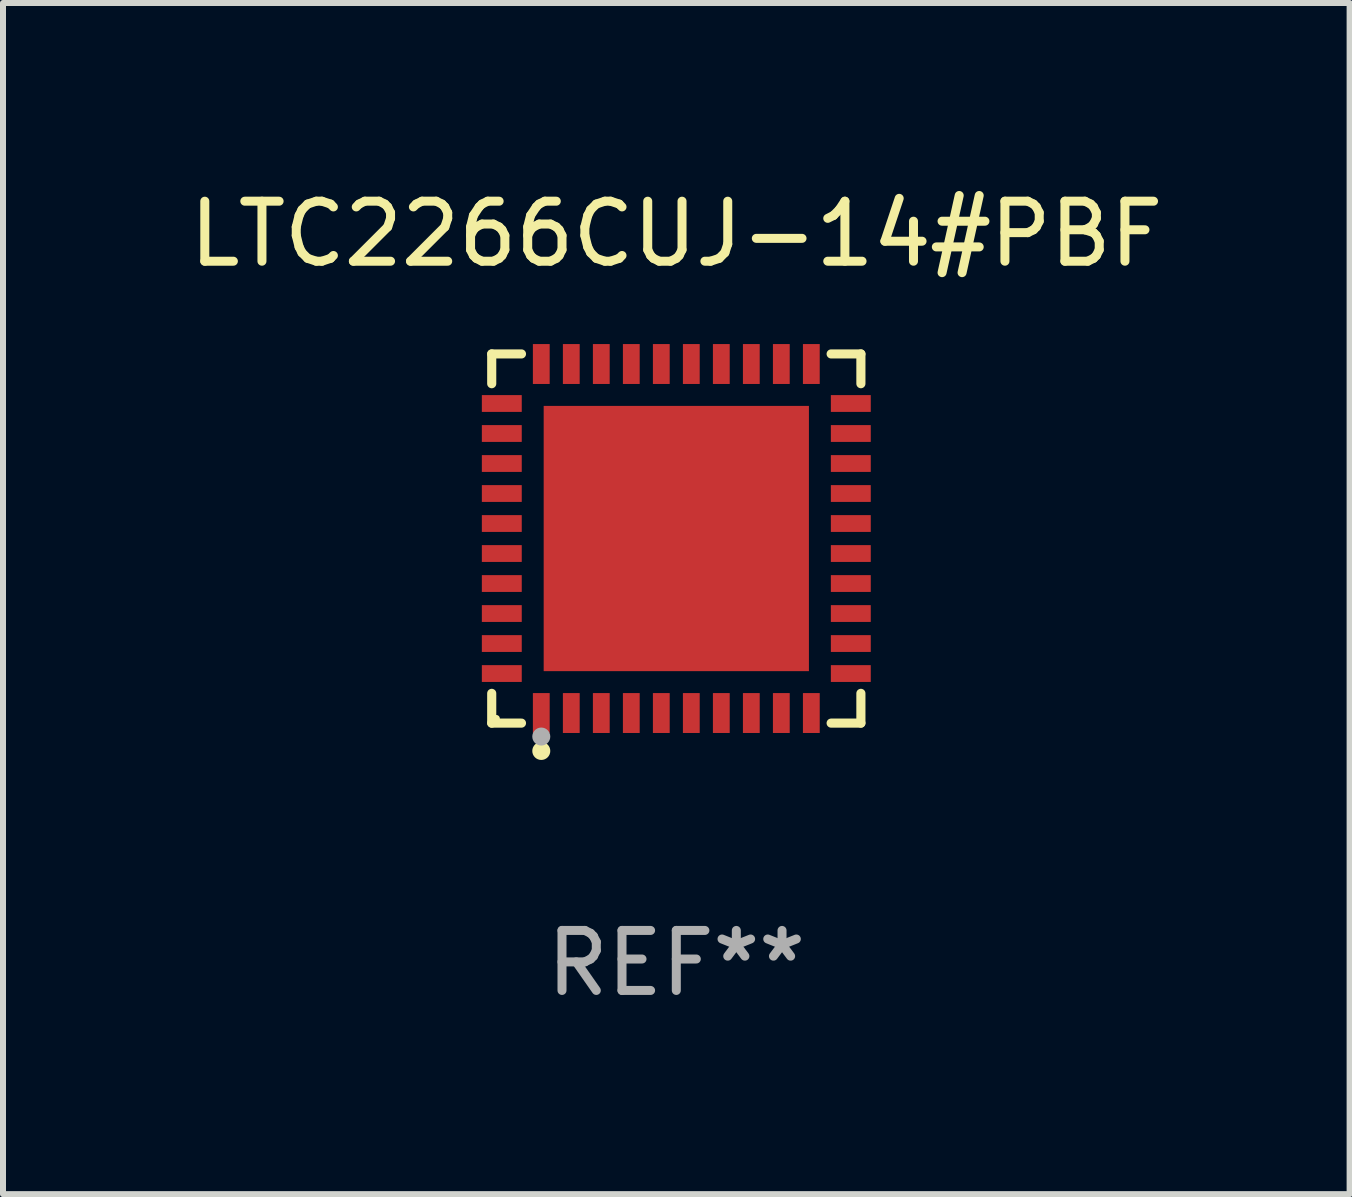
<source format=kicad_pcb>
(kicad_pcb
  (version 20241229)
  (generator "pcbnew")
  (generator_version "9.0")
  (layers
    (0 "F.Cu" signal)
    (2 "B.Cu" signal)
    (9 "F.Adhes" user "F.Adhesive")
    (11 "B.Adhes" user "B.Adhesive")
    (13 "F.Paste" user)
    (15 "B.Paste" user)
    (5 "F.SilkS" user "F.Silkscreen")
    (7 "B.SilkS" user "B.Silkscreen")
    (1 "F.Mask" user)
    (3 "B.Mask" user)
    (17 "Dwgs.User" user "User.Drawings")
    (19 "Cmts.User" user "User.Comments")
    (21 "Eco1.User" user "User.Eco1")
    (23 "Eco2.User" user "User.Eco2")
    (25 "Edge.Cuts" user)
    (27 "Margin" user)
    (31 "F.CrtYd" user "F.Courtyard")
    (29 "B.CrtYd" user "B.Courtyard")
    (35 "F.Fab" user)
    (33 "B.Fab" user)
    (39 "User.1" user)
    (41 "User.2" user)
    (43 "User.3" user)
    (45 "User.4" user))
  (footprint "LTC2266CUJ-14#PBF"
    (layer "F.Cu")
    (at 8.22 5.924)
    (property "Reference" "LTC2266CUJ-14#PBF" (at 0 -5.076 0) (layer "F.SilkS") (effects (font (size 1 1) (thickness 0.15))))
    (attr through_hole)
    (fp_line (start -3.076 -3.076) (end -2.58 -3.076) (stroke (width 0.152) (type solid)) (layer "F.SilkS"))
    (fp_line (start -3.076 -2.58) (end -3.076 -3.076) (stroke (width 0.152) (type solid)) (layer "F.SilkS"))
    (fp_line (start -3.076 2.58) (end -3.076 3.076) (stroke (width 0.152) (type solid)) (layer "F.SilkS"))
    (fp_line (start -3.076 3.076) (end -2.58 3.076) (stroke (width 0.152) (type solid)) (layer "F.SilkS"))
    (fp_line (start 3.076 -3.076) (end 2.58 -3.076) (stroke (width 0.152) (type solid)) (layer "F.SilkS"))
    (fp_line (start 3.076 -2.58) (end 3.076 -3.076) (stroke (width 0.152) (type solid)) (layer "F.SilkS"))
    (fp_line (start 3.076 2.58) (end 3.076 3.076) (stroke (width 0.152) (type solid)) (layer "F.SilkS"))
    (fp_line (start 3.076 3.076) (end 2.58 3.076) (stroke (width 0.152) (type solid)) (layer "F.SilkS"))
    (fp_circle (center -3 3) (end -2.97 3) (stroke (width 0.06) (type solid)) (fill no) (layer "F.SilkS"))
    (fp_circle (center -2.25 3.54) (end -2.175 3.54) (stroke (width 0.15) (type solid)) (fill no) (layer "F.SilkS"))
    (fp_circle (center -2.25 3.3) (end -2.175 3.3) (stroke (width 0.15) (type solid)) (fill no) (layer "F.Fab"))
    (fp_text user "REF**" (at 0 7.076 0) (layer "F.Fab") (effects (font (size 1 1) (thickness 0.15))))
    (pad "1" smd rect (at -2.25 2.908) (size 0.28 0.665) (layers "F.Cu" "F.Mask" "F.Paste"))
    (pad "2" smd rect (at -1.75 2.908) (size 0.28 0.665) (layers "F.Cu" "F.Mask" "F.Paste"))
    (pad "3" smd rect (at -1.25 2.908) (size 0.28 0.665) (layers "F.Cu" "F.Mask" "F.Paste"))
    (pad "4" smd rect (at -0.75 2.908) (size 0.28 0.665) (layers "F.Cu" "F.Mask" "F.Paste"))
    (pad "5" smd rect (at -0.25 2.908) (size 0.28 0.665) (layers "F.Cu" "F.Mask" "F.Paste"))
    (pad "6" smd rect (at 0.25 2.908) (size 0.28 0.665) (layers "F.Cu" "F.Mask" "F.Paste"))
    (pad "7" smd rect (at 0.75 2.908) (size 0.28 0.665) (layers "F.Cu" "F.Mask" "F.Paste"))
    (pad "8" smd rect (at 1.25 2.908) (size 0.28 0.665) (layers "F.Cu" "F.Mask" "F.Paste"))
    (pad "9" smd rect (at 1.75 2.908) (size 0.28 0.665) (layers "F.Cu" "F.Mask" "F.Paste"))
    (pad "10" smd rect (at 2.25 2.908) (size 0.28 0.665) (layers "F.Cu" "F.Mask" "F.Paste"))
    (pad "11" smd rect (at 2.908 2.25) (size 0.665 0.28) (layers "F.Cu" "F.Mask" "F.Paste"))
    (pad "12" smd rect (at 2.908 1.75) (size 0.665 0.28) (layers "F.Cu" "F.Mask" "F.Paste"))
    (pad "13" smd rect (at 2.908 1.25) (size 0.665 0.28) (layers "F.Cu" "F.Mask" "F.Paste"))
    (pad "14" smd rect (at 2.908 0.75) (size 0.665 0.28) (layers "F.Cu" "F.Mask" "F.Paste"))
    (pad "15" smd rect (at 2.908 0.25) (size 0.665 0.28) (layers "F.Cu" "F.Mask" "F.Paste"))
    (pad "16" smd rect (at 2.908 -0.25) (size 0.665 0.28) (layers "F.Cu" "F.Mask" "F.Paste"))
    (pad "17" smd rect (at 2.908 -0.75) (size 0.665 0.28) (layers "F.Cu" "F.Mask" "F.Paste"))
    (pad "18" smd rect (at 2.908 -1.25) (size 0.665 0.28) (layers "F.Cu" "F.Mask" "F.Paste"))
    (pad "19" smd rect (at 2.908 -1.75) (size 0.665 0.28) (layers "F.Cu" "F.Mask" "F.Paste"))
    (pad "20" smd rect (at 2.908 -2.25) (size 0.665 0.28) (layers "F.Cu" "F.Mask" "F.Paste"))
    (pad "21" smd rect (at 2.25 -2.908) (size 0.28 0.665) (layers "F.Cu" "F.Mask" "F.Paste"))
    (pad "22" smd rect (at 1.75 -2.908) (size 0.28 0.665) (layers "F.Cu" "F.Mask" "F.Paste"))
    (pad "23" smd rect (at 1.25 -2.908) (size 0.28 0.665) (layers "F.Cu" "F.Mask" "F.Paste"))
    (pad "24" smd rect (at 0.75 -2.908) (size 0.28 0.665) (layers "F.Cu" "F.Mask" "F.Paste"))
    (pad "25" smd rect (at 0.25 -2.908) (size 0.28 0.665) (layers "F.Cu" "F.Mask" "F.Paste"))
    (pad "26" smd rect (at -0.25 -2.908) (size 0.28 0.665) (layers "F.Cu" "F.Mask" "F.Paste"))
    (pad "27" smd rect (at -0.75 -2.908) (size 0.28 0.665) (layers "F.Cu" "F.Mask" "F.Paste"))
    (pad "28" smd rect (at -1.25 -2.908) (size 0.28 0.665) (layers "F.Cu" "F.Mask" "F.Paste"))
    (pad "29" smd rect (at -1.75 -2.908) (size 0.28 0.665) (layers "F.Cu" "F.Mask" "F.Paste"))
    (pad "30" smd rect (at -2.25 -2.908) (size 0.28 0.665) (layers "F.Cu" "F.Mask" "F.Paste"))
    (pad "31" smd rect (at -2.908 -2.25) (size 0.665 0.28) (layers "F.Cu" "F.Mask" "F.Paste"))
    (pad "32" smd rect (at -2.908 -1.75) (size 0.665 0.28) (layers "F.Cu" "F.Mask" "F.Paste"))
    (pad "33" smd rect (at -2.908 -1.25) (size 0.665 0.28) (layers "F.Cu" "F.Mask" "F.Paste"))
    (pad "34" smd rect (at -2.908 -0.75) (size 0.665 0.28) (layers "F.Cu" "F.Mask" "F.Paste"))
    (pad "35" smd rect (at -2.908 -0.25) (size 0.665 0.28) (layers "F.Cu" "F.Mask" "F.Paste"))
    (pad "36" smd rect (at -2.908 0.25) (size 0.665 0.28) (layers "F.Cu" "F.Mask" "F.Paste"))
    (pad "37" smd rect (at -2.908 0.75) (size 0.665 0.28) (layers "F.Cu" "F.Mask" "F.Paste"))
    (pad "38" smd rect (at -2.908 1.25) (size 0.665 0.28) (layers "F.Cu" "F.Mask" "F.Paste"))
    (pad "39" smd rect (at -2.908 1.75) (size 0.665 0.28) (layers "F.Cu" "F.Mask" "F.Paste"))
    (pad "40" smd rect (at -2.908 2.25) (size 0.665 0.28) (layers "F.Cu" "F.Mask" "F.Paste"))
    (pad "41" smd rect (at 0 0) (size 4.42 4.42) (layers "F.Cu" "F.Mask" "F.Paste")))
  (gr_rect
    (start -3 -3)
    (end 19.44 16.849)
    (stroke (width 0.1) (type default))
    (fill no)
    (layer "Edge.Cuts")))
</source>
